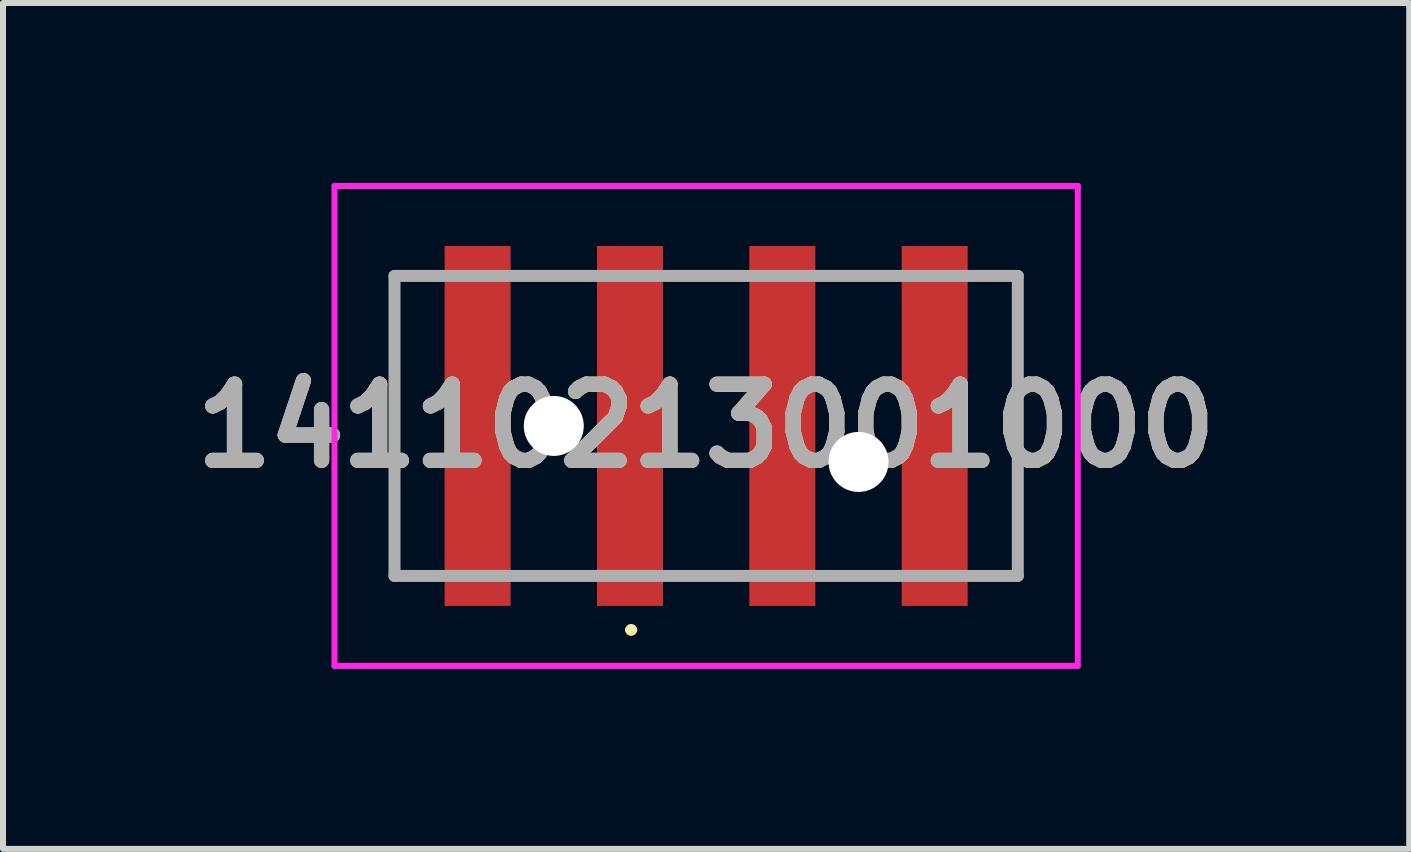
<source format=kicad_pcb>
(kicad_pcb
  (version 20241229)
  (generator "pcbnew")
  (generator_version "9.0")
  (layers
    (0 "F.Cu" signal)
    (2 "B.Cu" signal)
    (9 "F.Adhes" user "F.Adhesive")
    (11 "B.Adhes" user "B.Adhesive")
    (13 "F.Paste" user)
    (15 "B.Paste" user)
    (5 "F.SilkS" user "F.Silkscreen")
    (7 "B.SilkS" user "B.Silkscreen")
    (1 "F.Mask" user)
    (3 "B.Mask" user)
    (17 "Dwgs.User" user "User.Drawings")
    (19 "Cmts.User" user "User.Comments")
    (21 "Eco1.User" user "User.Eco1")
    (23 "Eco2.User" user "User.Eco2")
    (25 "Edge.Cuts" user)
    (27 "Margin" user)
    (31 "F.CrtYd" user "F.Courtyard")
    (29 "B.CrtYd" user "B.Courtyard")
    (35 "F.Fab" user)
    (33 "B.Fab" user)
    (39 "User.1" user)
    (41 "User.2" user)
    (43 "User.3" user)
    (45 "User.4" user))
  (footprint "14110213001000"
    (layer "F.Cu")
    (at 8.721 4.05)
    (property "Reference" "14110213001000" (at 0 0 0) (layer "F.SilkS") (effects (font (size 1.27 1.27) (thickness 0.254))))
    (attr through_hole)
    (fp_line (start -5.195 -2.54) (end -5.195 2.54) (stroke (width 0.1) (type solid)) (layer "F.SilkS"))
    (fp_line (start -1.3 3.4) (end -1.3 3.4) (stroke (width 0.1) (type solid)) (layer "F.SilkS"))
    (fp_line (start -1.2 3.4) (end -1.2 3.4) (stroke (width 0.1) (type solid)) (layer "F.SilkS"))
    (fp_line (start 5.195 -2.54) (end 5.195 2.5) (stroke (width 0.1) (type solid)) (layer "F.SilkS"))
    (fp_arc (start -1.3 3.4) (mid -1.25 3.35) (end -1.2 3.4) (stroke (width 0.1) (type solid)) (layer "F.SilkS"))
    (fp_arc (start -1.2 3.4) (mid -1.25 3.45) (end -1.3 3.4) (stroke (width 0.1) (type solid)) (layer "F.SilkS"))
    (fp_line (start -6.195 -4) (end 6.195 -4) (stroke (width 0.1) (type solid)) (layer "F.CrtYd"))
    (fp_line (start -6.195 4) (end -6.195 -4) (stroke (width 0.1) (type solid)) (layer "F.CrtYd"))
    (fp_line (start 6.195 -4) (end 6.195 4) (stroke (width 0.1) (type solid)) (layer "F.CrtYd"))
    (fp_line (start 6.195 4) (end -6.195 4) (stroke (width 0.1) (type solid)) (layer "F.CrtYd"))
    (fp_line (start -5.195 -2.5) (end 5.195 -2.5) (stroke (width 0.2) (type solid)) (layer "F.Fab"))
    (fp_line (start -5.195 2.5) (end -5.195 -2.5) (stroke (width 0.2) (type solid)) (layer "F.Fab"))
    (fp_line (start 5.195 -2.5) (end 5.195 2.5) (stroke (width 0.2) (type solid)) (layer "F.Fab"))
    (fp_line (start 5.195 2.5) (end -5.195 2.5) (stroke (width 0.2) (type solid)) (layer "F.Fab"))
    (fp_text user "${REFERENCE}" (at 0 0 0) (layer "F.Fab") (effects (font (size 1.27 1.27) (thickness 0.254))))
    (pad "" np_thru_hole circle (at -2.54 0) (size 1 1) (drill 1) (layers "*.Cu" "*.Mask"))
    (pad "" np_thru_hole circle (at 2.54 0.6) (size 1 1) (drill 1) (layers "*.Cu" "*.Mask"))
    (pad "1" smd rect (at -1.27 0) (size 1.1 6) (layers "F.Cu" "F.Mask" "F.Paste"))
    (pad "2" smd rect (at 1.27 0) (size 1.1 6) (layers "F.Cu" "F.Mask" "F.Paste"))
    (pad "3" smd rect (at -3.81 0) (size 1.1 6) (layers "F.Cu" "F.Mask" "F.Paste"))
    (pad "4" smd rect (at 3.81 0) (size 1.1 6) (layers "F.Cu" "F.Mask" "F.Paste")))
  (gr_rect
    (start -3 -3)
    (end 20.441 11.1)
    (stroke (width 0.1) (type default))
    (fill no)
    (layer "Edge.Cuts")))
</source>
